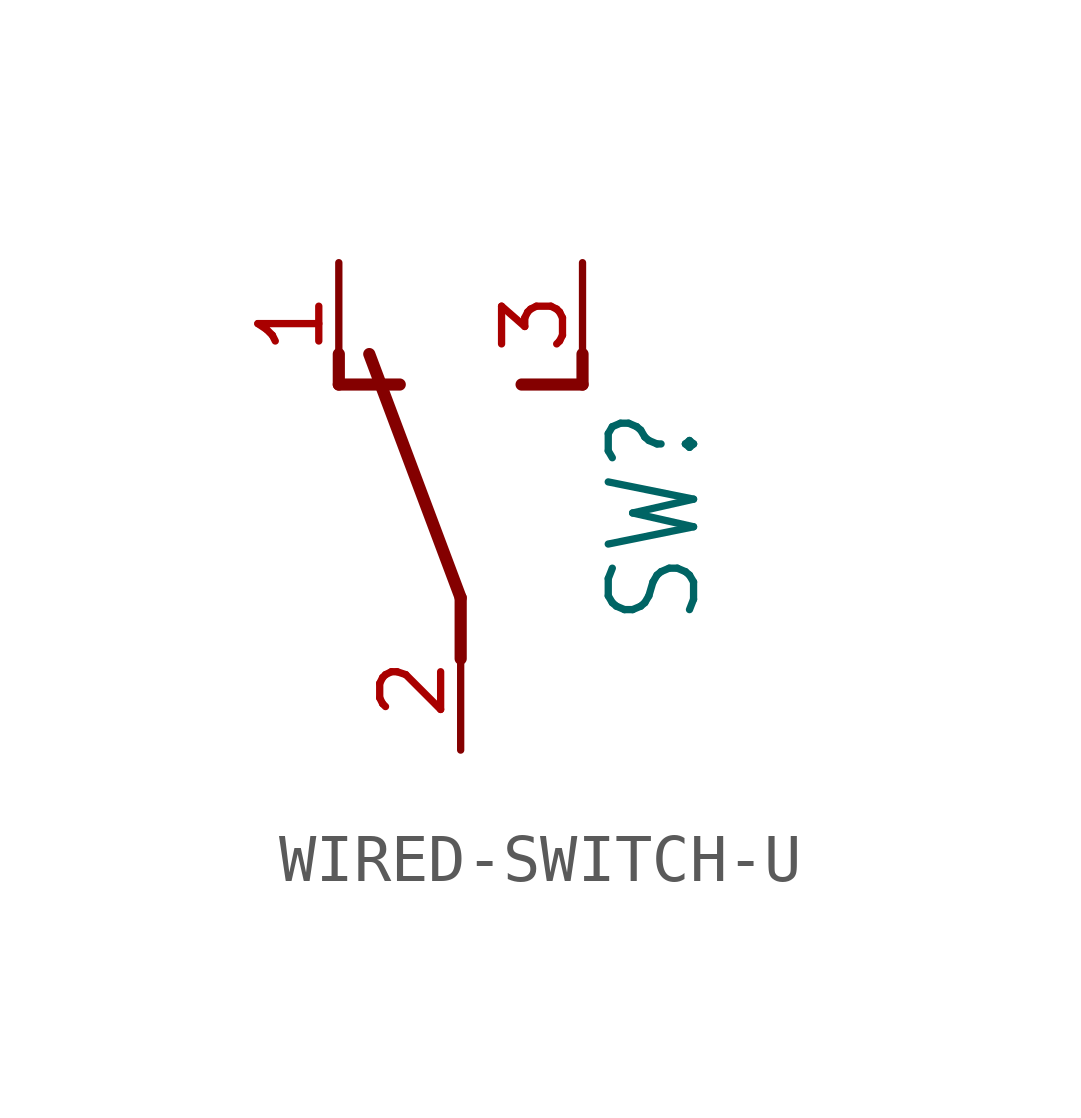
<source format=kicad_sym>
(kicad_symbol_lib
  (version 20231120)
  (generator "kicad_symbol_editor")
  (generator_version "8.0")
  (symbol "WIRED-SWITCH-U"
    (property "Reference" "SW"
      (at 5.08 -2.54 90)
      (effects (font (size 1.778 1.511)) (justify left bottom)))
    (property "Value" ""
      (at 7.62 -2.54 90)
      (effects (font (size 1.778 1.511)) (justify left bottom)))
    (property "ki_locked" ""
      (at 0 0 0)
      (effects (font (size 1.27 1.27))))
    (symbol "WIRED-SWITCH-U_1_0"
      (polyline (pts (xy -2.54 2.54) (xy -2.54 3.175)) (stroke (width 0.254) (type solid)) (fill (type none)))
      (polyline (pts (xy -2.54 2.54) (xy -1.27 2.54)) (stroke (width 0.254) (type solid)) (fill (type none)))
      (polyline (pts (xy 0 -3.175) (xy 0 -1.905)) (stroke (width 0.254) (type solid)) (fill (type none)))
      (polyline (pts (xy 0 -1.905) (xy -1.905 3.175)) (stroke (width 0.254) (type solid)) (fill (type none)))
      (polyline (pts (xy 1.27 2.54) (xy 2.54 2.54)) (stroke (width 0.254) (type solid)) (fill (type none)))
      (polyline (pts (xy 2.54 2.54) (xy 2.54 3.175)) (stroke (width 0.254) (type solid)) (fill (type none)))
      (pin passive line (at -2.54 5.08 270) (length 2.54) (name "O" (effects (font (size 0 0)))) (number "1" (effects (font (size 1.27 1.27)))))
      (pin passive line (at 0 -5.08 90) (length 2.54) (name "P" (effects (font (size 0 0)))) (number "2" (effects (font (size 1.27 1.27)))))
      (pin passive line (at 2.54 5.08 270) (length 2.54) (name "S" (effects (font (size 0 0)))) (number "3" (effects (font (size 1.27 1.27))))))))
</source>
